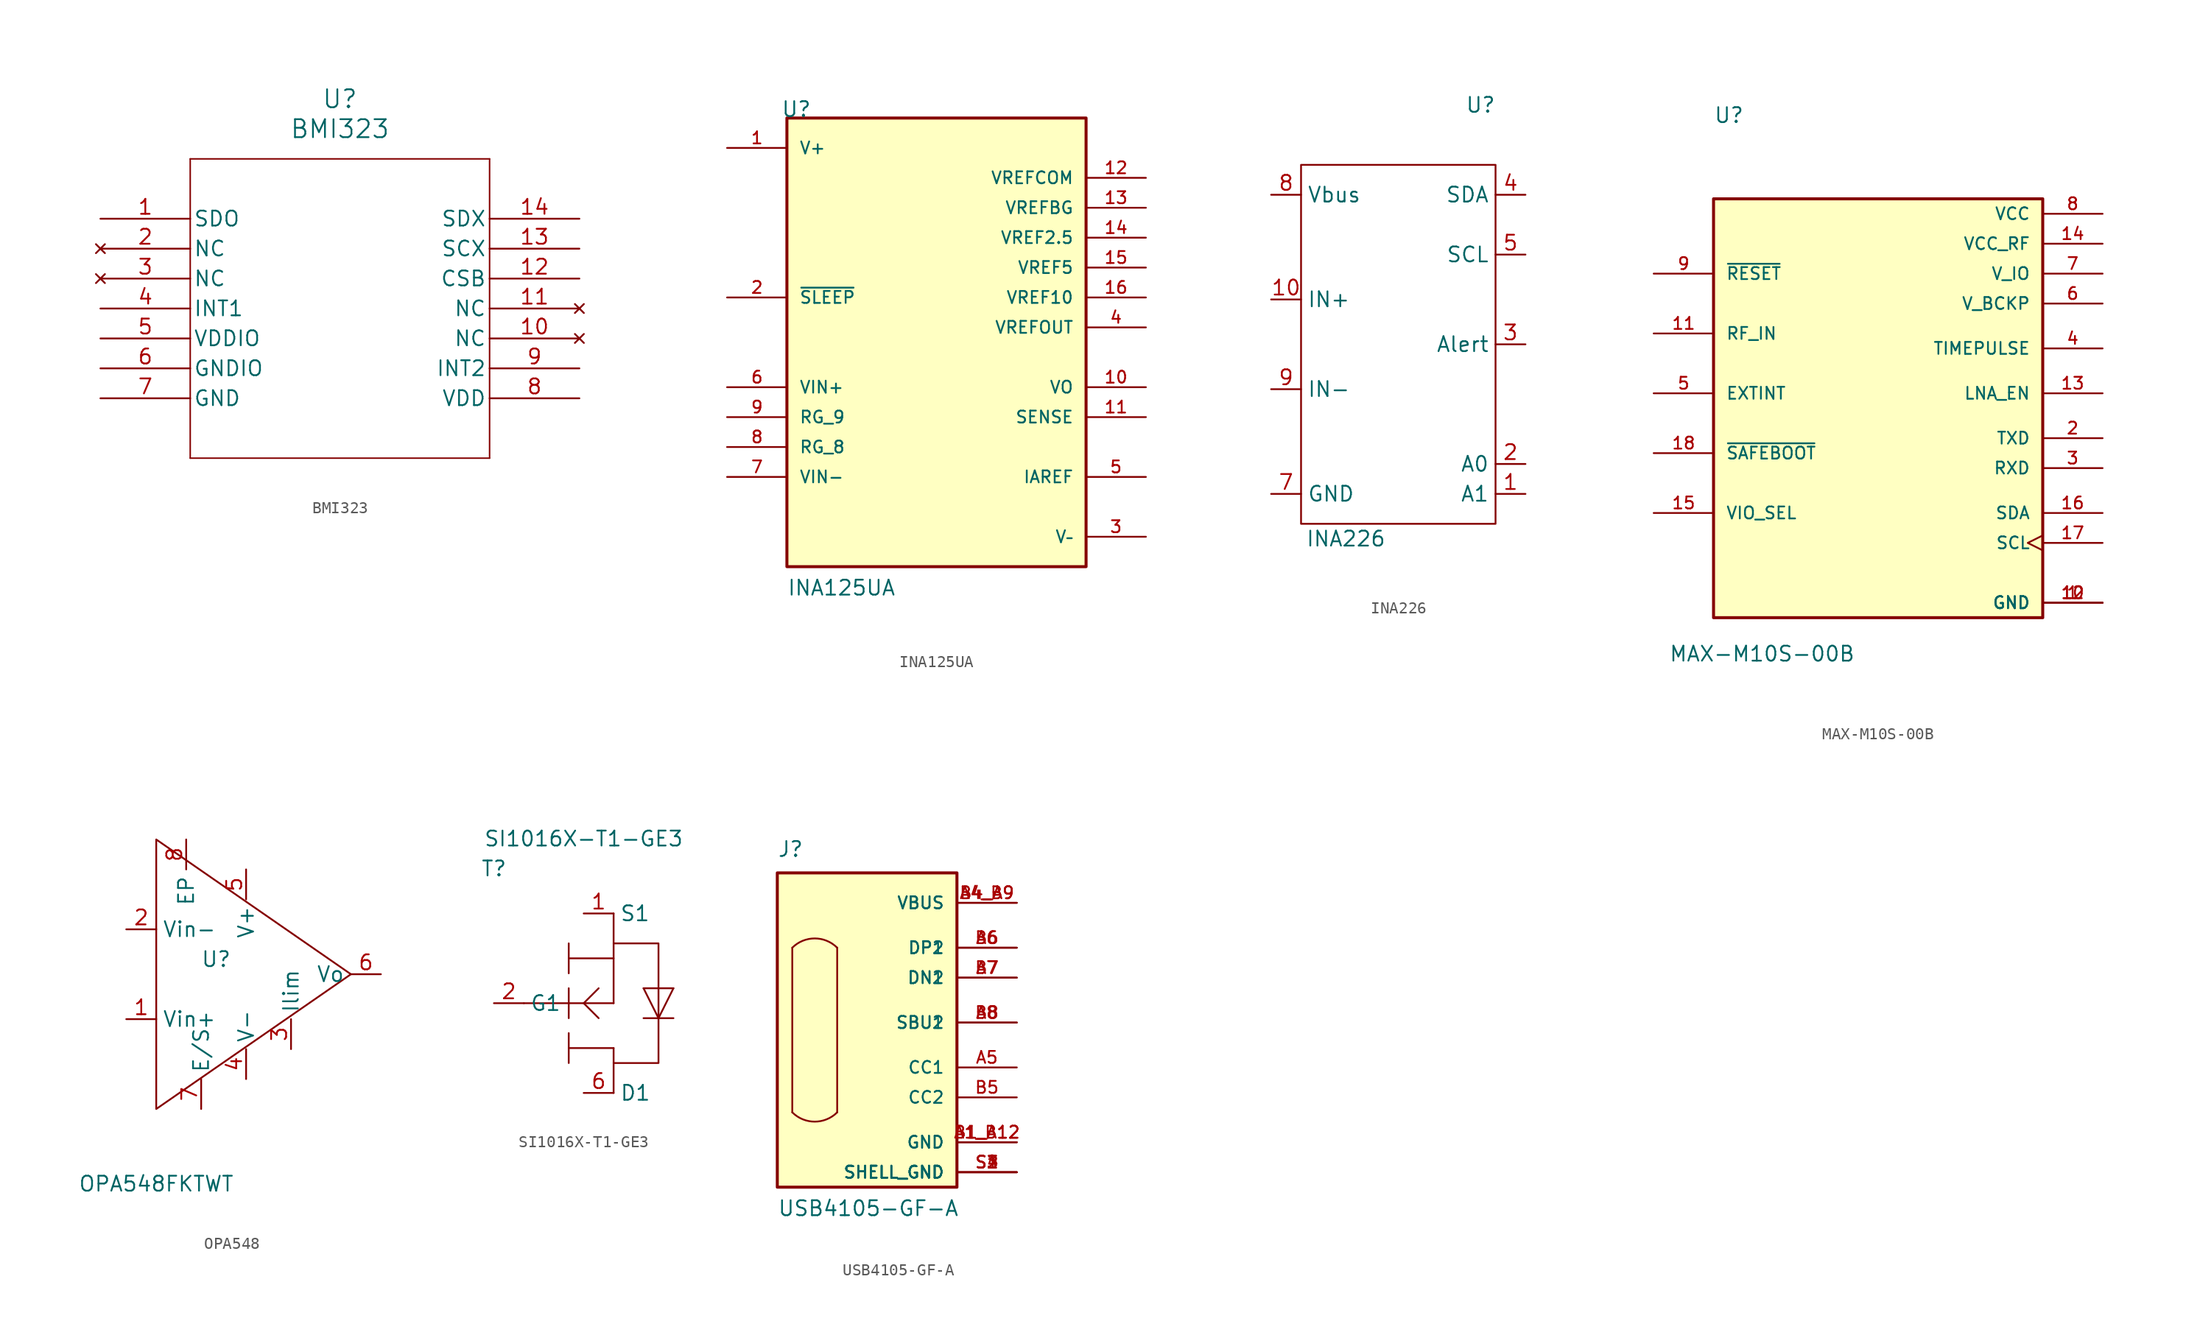
<source format=kicad_sym>
(kicad_symbol_lib
  (version 20220914)
  (generator kicad_symbol_editor)
  (symbol "BMI323"
    (pin_names
      (offset 0.254))
    (property "Reference" "U"
      (at 20.32 10.16 0)
      (effects (font (size 1.524 1.524))))
    (property "Value" "BMI323"
      (at 20.32 7.62 0)
      (effects (font (size 1.524 1.524))))
    (symbol "BMI323_0_1"
      (polyline (pts (xy 7.62 -20.32) (xy 33.02 -20.32)) (stroke (width 0.127) (type default)) (fill (type none)))
      (polyline (pts (xy 7.62 5.08) (xy 7.62 -20.32)) (stroke (width 0.127) (type default)) (fill (type none)))
      (polyline (pts (xy 33.02 -20.32) (xy 33.02 5.08)) (stroke (width 0.127) (type default)) (fill (type none)))
      (polyline (pts (xy 33.02 5.08) (xy 7.62 5.08)) (stroke (width 0.127) (type default)) (fill (type none)))
      (pin bidirectional line (at 0 0 0) (length 7.62) (name "SDO" (effects (font (size 1.27 1.27)))) (number "1" (effects (font (size 1.27 1.27)))))
      (pin no_connect line (at 40.64 -10.16 180) (length 7.62) (name "NC" (effects (font (size 1.27 1.27)))) (number "10" (effects (font (size 1.27 1.27)))))
      (pin no_connect line (at 40.64 -7.62 180) (length 7.62) (name "NC" (effects (font (size 1.27 1.27)))) (number "11" (effects (font (size 1.27 1.27)))))
      (pin input line (at 40.64 -5.08 180) (length 7.62) (name "CSB" (effects (font (size 1.27 1.27)))) (number "12" (effects (font (size 1.27 1.27)))))
      (pin input line (at 40.64 -2.54 180) (length 7.62) (name "SCX" (effects (font (size 1.27 1.27)))) (number "13" (effects (font (size 1.27 1.27)))))
      (pin bidirectional line (at 40.64 0 180) (length 7.62) (name "SDX" (effects (font (size 1.27 1.27)))) (number "14" (effects (font (size 1.27 1.27)))))
      (pin no_connect line (at 0 -2.54 0) (length 7.62) (name "NC" (effects (font (size 1.27 1.27)))) (number "2" (effects (font (size 1.27 1.27)))))
      (pin no_connect line (at 0 -5.08 0) (length 7.62) (name "NC" (effects (font (size 1.27 1.27)))) (number "3" (effects (font (size 1.27 1.27)))))
      (pin bidirectional line (at 0 -7.62 0) (length 7.62) (name "INT1" (effects (font (size 1.27 1.27)))) (number "4" (effects (font (size 1.27 1.27)))))
      (pin power_in line (at 0 -10.16 0) (length 7.62) (name "VDDIO" (effects (font (size 1.27 1.27)))) (number "5" (effects (font (size 1.27 1.27)))))
      (pin power_out line (at 0 -12.7 0) (length 7.62) (name "GNDIO" (effects (font (size 1.27 1.27)))) (number "6" (effects (font (size 1.27 1.27)))))
      (pin power_out line (at 0 -15.24 0) (length 7.62) (name "GND" (effects (font (size 1.27 1.27)))) (number "7" (effects (font (size 1.27 1.27)))))
      (pin power_in line (at 40.64 -15.24 180) (length 7.62) (name "VDD" (effects (font (size 1.27 1.27)))) (number "8" (effects (font (size 1.27 1.27)))))
      (pin bidirectional line (at 40.64 -12.7 180) (length 7.62) (name "INT2" (effects (font (size 1.27 1.27)))) (number "9" (effects (font (size 1.27 1.27)))))))
  (symbol "INA125UA"
    (pin_names
      (offset 1.016))
    (property "Reference" "U"
      (at -13.208 20.32 0)
      (effects (font (size 1.27 1.27)) (justify left bottom)))
    (property "Value" "INA125UA"
      (at -12.7 -20.32 0)
      (effects (font (size 1.27 1.27)) (justify left bottom)))
    (symbol "INA125UA_0_0"
      (rectangle (start -12.7 -17.78) (end 12.7 20.32) (stroke (width 0.254) (type default)) (fill (type background)))
      (pin power_in line (at -17.78 17.78 0) (length 5.08) (name "V+" (effects (font (size 1.016 1.016)))) (number "1" (effects (font (size 1.016 1.016)))))
      (pin output line (at 17.78 -2.54 180) (length 5.08) (name "VO" (effects (font (size 1.016 1.016)))) (number "10" (effects (font (size 1.016 1.016)))))
      (pin input line (at 17.78 -5.08 180) (length 5.08) (name "SENSE" (effects (font (size 1.016 1.016)))) (number "11" (effects (font (size 1.016 1.016)))))
      (pin passive line (at 17.78 15.24 180) (length 5.08) (name "VREFCOM" (effects (font (size 1.016 1.016)))) (number "12" (effects (font (size 1.016 1.016)))))
      (pin passive line (at 17.78 12.7 180) (length 5.08) (name "VREFBG" (effects (font (size 1.016 1.016)))) (number "13" (effects (font (size 1.016 1.016)))))
      (pin passive line (at 17.78 10.16 180) (length 5.08) (name "VREF2.5" (effects (font (size 1.016 1.016)))) (number "14" (effects (font (size 1.016 1.016)))))
      (pin passive line (at 17.78 7.62 180) (length 5.08) (name "VREF5" (effects (font (size 1.016 1.016)))) (number "15" (effects (font (size 1.016 1.016)))))
      (pin passive line (at 17.78 5.08 180) (length 5.08) (name "VREF10" (effects (font (size 1.016 1.016)))) (number "16" (effects (font (size 1.016 1.016)))))
      (pin input line (at -17.78 5.08 0) (length 5.08) (name "~{SLEEP}" (effects (font (size 1.016 1.016)))) (number "2" (effects (font (size 1.016 1.016)))))
      (pin power_in line (at 17.78 -15.24 180) (length 5.08) (name "V–" (effects (font (size 1.016 1.016)))) (number "3" (effects (font (size 1.016 1.016)))))
      (pin output line (at 17.78 2.54 180) (length 5.08) (name "VREFOUT" (effects (font (size 1.016 1.016)))) (number "4" (effects (font (size 1.016 1.016)))))
      (pin passive line (at 17.78 -10.16 180) (length 5.08) (name "IAREF" (effects (font (size 1.016 1.016)))) (number "5" (effects (font (size 1.016 1.016)))))
      (pin input line (at -17.78 -2.54 0) (length 5.08) (name "VIN+" (effects (font (size 1.016 1.016)))) (number "6" (effects (font (size 1.016 1.016)))))
      (pin input line (at -17.78 -10.16 0) (length 5.08) (name "VIN-" (effects (font (size 1.016 1.016)))) (number "7" (effects (font (size 1.016 1.016)))))
      (pin input line (at -17.78 -7.62 0) (length 5.08) (name "RG_8" (effects (font (size 1.016 1.016)))) (number "8" (effects (font (size 1.016 1.016)))))
      (pin input line (at -17.78 -5.08 0) (length 5.08) (name "RG_9" (effects (font (size 1.016 1.016)))) (number "9" (effects (font (size 1.016 1.016)))))))
  (symbol "INA226"
    (property "Reference" "U"
      (at 15.24 10.16 0)
      (effects (font (size 1.27 1.27))))
    (property "Value" "INA226"
      (at 3.81 -26.67 0)
      (effects (font (size 1.27 1.27))))
    (symbol "INA226_0_1"
      (polyline (pts (xy 0 -25.4) (xy 0 5.08) (xy 16.51 5.08) (xy 16.51 -25.4) (xy 0 -25.4)) (stroke (width 0) (type default)) (fill (type none))))
    (symbol "INA226_1_1"
      (pin input line (at 19.05 -22.86 180) (length 2.54) (name "A1" (effects (font (size 1.27 1.27)))) (number "1" (effects (font (size 1.27 1.27)))))
      (pin input line (at -2.54 -6.35 0) (length 2.54) (name "IN+" (effects (font (size 1.27 1.27)))) (number "10" (effects (font (size 1.27 1.27)))))
      (pin input line (at 19.05 -20.32 180) (length 2.54) (name "A0" (effects (font (size 1.27 1.27)))) (number "2" (effects (font (size 1.27 1.27)))))
      (pin input line (at 19.05 -10.16 180) (length 2.54) (name "Alert" (effects (font (size 1.27 1.27)))) (number "3" (effects (font (size 1.27 1.27)))))
      (pin input line (at 19.05 2.54 180) (length 2.54) (name "SDA" (effects (font (size 1.27 1.27)))) (number "4" (effects (font (size 1.27 1.27)))))
      (pin input line (at 19.05 -2.54 180) (length 2.54) (name "SCL" (effects (font (size 1.27 1.27)))) (number "5" (effects (font (size 1.27 1.27)))))
      (pin input line (at -2.54 -22.86 0) (length 2.54) (name "GND" (effects (font (size 1.27 1.27)))) (number "7" (effects (font (size 1.27 1.27)))))
      (pin input line (at -2.54 2.54 0) (length 2.54) (name "Vbus" (effects (font (size 1.27 1.27)))) (number "8" (effects (font (size 1.27 1.27)))))
      (pin input line (at -2.54 -13.97 0) (length 2.54) (name "IN-" (effects (font (size 1.27 1.27)))) (number "9" (effects (font (size 1.27 1.27)))))))
  (symbol "MAX-M10S-00B"
    (pin_names
      (offset 1.016))
    (property "Reference" "U"
      (at -13.97 20.32 0)
      (effects (font (size 1.27 1.27)) (justify left bottom)))
    (property "Value" "MAX-M10S-00B"
      (at -17.78 -25.4 0)
      (effects (font (size 1.27 1.27)) (justify left bottom)))
    (symbol "MAX-M10S-00B_0_0"
      (rectangle (start -13.97 13.97) (end 13.97 -21.59) (stroke (width 0.254) (type default)) (fill (type background)))
      (pin power_in line (at 19.05 -20.32 180) (length 5.08) (name "GND" (effects (font (size 1.016 1.016)))) (number "1" (effects (font (size 1.016 1.016)))))
      (pin power_in line (at 19.05 -20.32 180) (length 5.08) (name "GND" (effects (font (size 1.016 1.016)))) (number "10" (effects (font (size 1.016 1.016)))))
      (pin input line (at -19.05 2.54 0) (length 5.08) (name "RF_IN" (effects (font (size 1.016 1.016)))) (number "11" (effects (font (size 1.016 1.016)))))
      (pin power_in line (at 19.05 -20.32 180) (length 5.08) (name "GND" (effects (font (size 1.016 1.016)))) (number "12" (effects (font (size 1.016 1.016)))))
      (pin output line (at 19.05 -2.54 180) (length 5.08) (name "LNA_EN" (effects (font (size 1.016 1.016)))) (number "13" (effects (font (size 1.016 1.016)))))
      (pin power_in line (at 19.05 10.16 180) (length 5.08) (name "VCC_RF" (effects (font (size 1.016 1.016)))) (number "14" (effects (font (size 1.016 1.016)))))
      (pin input line (at -19.05 -12.7 0) (length 5.08) (name "VIO_SEL" (effects (font (size 1.016 1.016)))) (number "15" (effects (font (size 1.016 1.016)))))
      (pin bidirectional line (at 19.05 -12.7 180) (length 5.08) (name "SDA" (effects (font (size 1.016 1.016)))) (number "16" (effects (font (size 1.016 1.016)))))
      (pin input clock (at 19.05 -15.24 180) (length 5.08) (name "SCL" (effects (font (size 1.016 1.016)))) (number "17" (effects (font (size 1.016 1.016)))))
      (pin input line (at -19.05 -7.62 0) (length 5.08) (name "~{SAFEBOOT}" (effects (font (size 1.016 1.016)))) (number "18" (effects (font (size 1.016 1.016)))))
      (pin output line (at 19.05 -6.35 180) (length 5.08) (name "TXD" (effects (font (size 1.016 1.016)))) (number "2" (effects (font (size 1.016 1.016)))))
      (pin input line (at 19.05 -8.89 180) (length 5.08) (name "RXD" (effects (font (size 1.016 1.016)))) (number "3" (effects (font (size 1.016 1.016)))))
      (pin output line (at 19.05 1.27 180) (length 5.08) (name "TIMEPULSE" (effects (font (size 1.016 1.016)))) (number "4" (effects (font (size 1.016 1.016)))))
      (pin input line (at -19.05 -2.54 0) (length 5.08) (name "EXTINT" (effects (font (size 1.016 1.016)))) (number "5" (effects (font (size 1.016 1.016)))))
      (pin power_in line (at 19.05 5.08 180) (length 5.08) (name "V_BCKP" (effects (font (size 1.016 1.016)))) (number "6" (effects (font (size 1.016 1.016)))))
      (pin power_in line (at 19.05 7.62 180) (length 5.08) (name "V_IO" (effects (font (size 1.016 1.016)))) (number "7" (effects (font (size 1.016 1.016)))))
      (pin power_in line (at 19.05 12.7 180) (length 5.08) (name "VCC" (effects (font (size 1.016 1.016)))) (number "8" (effects (font (size 1.016 1.016)))))
      (pin input line (at -19.05 7.62 0) (length 5.08) (name "~{RESET}" (effects (font (size 1.016 1.016)))) (number "9" (effects (font (size 1.016 1.016)))))))
  (symbol "OPA548"
    (property "Reference" "U"
      (at 5.08 1.27 0)
      (effects (font (size 1.27 1.27))))
    (property "Value" "OPA548FKTWT"
      (at 0 -17.78 0)
      (effects (font (size 1.27 1.27))))
    (symbol "OPA548_0_1"
      (polyline (pts (xy 0 11.43) (xy 0 -11.43) (xy 16.51 0) (xy 0 11.43)) (stroke (width 0) (type default)) (fill (type none))))
    (symbol "OPA548_1_1"
      (pin input line (at -2.54 -3.81 0) (length 2.54) (name "Vin+" (effects (font (size 1.27 1.27)))) (number "1" (effects (font (size 1.27 1.27)))))
      (pin input line (at -2.54 3.81 0) (length 2.54) (name "Vin-" (effects (font (size 1.27 1.27)))) (number "2" (effects (font (size 1.27 1.27)))))
      (pin input line (at 11.43 -6.35 90) (length 2.54) (name "Ilim" (effects (font (size 1.27 1.27)))) (number "3" (effects (font (size 1.27 1.27)))))
      (pin input line (at 7.62 -8.89 90) (length 2.54) (name "V-" (effects (font (size 1.27 1.27)))) (number "4" (effects (font (size 1.27 1.27)))))
      (pin input line (at 7.62 8.89 270) (length 2.54) (name "V+" (effects (font (size 1.27 1.27)))) (number "5" (effects (font (size 1.27 1.27)))))
      (pin input line (at 19.05 0 180) (length 2.54) (name "Vo" (effects (font (size 1.27 1.27)))) (number "6" (effects (font (size 1.27 1.27)))))
      (pin input line (at 3.81 -11.43 90) (length 2.54) (name "E/S" (effects (font (size 1.27 1.27)))) (number "7" (effects (font (size 1.27 1.27)))))
      (pin unspecified line (at 2.54 11.43 270) (length 2.54) (name "EP" (effects (font (size 1.27 1.27)))) (number "8" (effects (font (size 1.27 1.27)))))))
  (symbol "SI1016X-T1-GE3"
    (property "Reference" "T"
      (at -5.08 1.27 0)
      (effects (font (size 1.27 1.27))))
    (property "Value" "SI1016X-T1-GE3"
      (at 2.54 3.81 0)
      (effects (font (size 1.27 1.27))))
    (symbol "SI1016X-T1-GE3_0_1"
      (polyline (pts (xy 1.27 -13.97) (xy 5.08 -13.97)) (stroke (width 0) (type default)) (fill (type none)))
      (polyline (pts (xy 1.27 -12.7) (xy 1.27 -15.24)) (stroke (width 0) (type default)) (fill (type none)))
      (polyline (pts (xy 1.27 -10.16) (xy -2.54 -10.16)) (stroke (width 0) (type default)) (fill (type none)))
      (polyline (pts (xy 1.27 -8.89) (xy 1.27 -11.43)) (stroke (width 0) (type default)) (fill (type none)))
      (polyline (pts (xy 1.27 -7.62) (xy 1.27 -5.08)) (stroke (width 0) (type default)) (fill (type none)))
      (polyline (pts (xy 1.27 -6.35) (xy 5.08 -6.35)) (stroke (width 0) (type default)) (fill (type none)))
      (polyline (pts (xy 2.54 -10.16) (xy 3.81 -11.43)) (stroke (width 0) (type default)) (fill (type none)))
      (polyline (pts (xy 2.54 -10.16) (xy 3.81 -8.89)) (stroke (width 0) (type default)) (fill (type none)))
      (polyline (pts (xy 5.08 -13.97) (xy 5.08 -17.78)) (stroke (width 0) (type default)) (fill (type none)))
      (polyline (pts (xy 5.08 -10.16) (xy 1.27 -10.16)) (stroke (width 0) (type default)) (fill (type none)))
      (polyline (pts (xy 5.08 -10.16) (xy 5.08 -2.54)) (stroke (width 0) (type default)) (fill (type none)))
      (polyline (pts (xy 7.62 -11.43) (xy 10.16 -11.43)) (stroke (width 0) (type default)) (fill (type none)))
      (polyline (pts (xy 7.62 -8.89) (xy 10.16 -8.89)) (stroke (width 0) (type default)) (fill (type none)))
      (polyline (pts (xy 7.62 -8.89) (xy 8.89 -11.43) (xy 10.16 -8.89)) (stroke (width 0) (type default)) (fill (type none)))
      (polyline (pts (xy 5.08 -5.08) (xy 8.89 -5.08) (xy 8.89 -15.24) (xy 5.08 -15.24)) (stroke (width 0) (type default)) (fill (type none))))
    (symbol "SI1016X-T1-GE3_1_1"
      (pin input line (at 2.54 -2.54 0) (length 2.54) (name "S1" (effects (font (size 1.27 1.27)))) (number "1" (effects (font (size 1.27 1.27)))))
      (pin input line (at -5.08 -10.16 0) (length 2.54) (name "G1" (effects (font (size 1.27 1.27)))) (number "2" (effects (font (size 1.27 1.27)))))
      (pin input line (at 2.54 -17.78 0) (length 2.54) (name "D1" (effects (font (size 1.27 1.27)))) (number "6" (effects (font (size 1.27 1.27)))))))
  (symbol "USB4105-GF-A"
    (pin_names
      (offset 1.016))
    (property "Reference" "J"
      (at 0 5.08 0)
      (effects (font (size 1.27 1.27)) (justify left bottom)))
    (property "Value" "USB4105-GF-A"
      (at 0 -25.4 0)
      (effects (font (size 1.27 1.27)) (justify left bottom)))
    (symbol "USB4105-GF-A_0_0"
      (rectangle (start 0 3.81) (end 15.24 -22.86) (stroke (width 0.254) (type default)) (fill (type background)))
      (pin power_in line (at 20.32 -19.05 180) (length 5.08) (name "GND" (effects (font (size 1.016 1.016)))) (number "A1_B12" (effects (font (size 1.016 1.016)))))
      (pin power_in line (at 20.32 1.27 180) (length 5.08) (name "VBUS" (effects (font (size 1.016 1.016)))) (number "A4_B9" (effects (font (size 1.016 1.016)))))
      (pin power_in line (at 20.32 -19.05 180) (length 5.08) (name "GND" (effects (font (size 1.016 1.016)))) (number "B1_A12" (effects (font (size 1.016 1.016)))))
      (pin power_in line (at 20.32 1.27 180) (length 5.08) (name "VBUS" (effects (font (size 1.016 1.016)))) (number "B4_A9" (effects (font (size 1.016 1.016)))))
      (pin bidirectional line (at 20.32 -15.24 180) (length 5.08) (name "CC2" (effects (font (size 1.016 1.016)))) (number "B5" (effects (font (size 1.016 1.016)))))
      (pin bidirectional line (at 20.32 -2.54 180) (length 5.08) (name "DP2" (effects (font (size 1.016 1.016)))) (number "B6" (effects (font (size 1.016 1.016)))))
      (pin bidirectional line (at 20.32 -5.08 180) (length 5.08) (name "DN2" (effects (font (size 1.016 1.016)))) (number "B7" (effects (font (size 1.016 1.016)))))
      (pin bidirectional line (at 20.32 -8.89 180) (length 5.08) (name "SBU2" (effects (font (size 1.016 1.016)))) (number "B8" (effects (font (size 1.016 1.016)))))
      (pin power_in line (at 20.32 -21.59 180) (length 5.08) (name "SHELL_GND" (effects (font (size 1.016 1.016)))) (number "S1" (effects (font (size 1.016 1.016)))))
      (pin power_in line (at 20.32 -21.59 180) (length 5.08) (name "SHELL_GND" (effects (font (size 1.016 1.016)))) (number "S2" (effects (font (size 1.016 1.016)))))
      (pin power_in line (at 20.32 -21.59 180) (length 5.08) (name "SHELL_GND" (effects (font (size 1.016 1.016)))) (number "S3" (effects (font (size 1.016 1.016)))))
      (pin power_in line (at 20.32 -21.59 180) (length 5.08) (name "SHELL_GND" (effects (font (size 1.016 1.016)))) (number "S4" (effects (font (size 1.016 1.016))))))
    (symbol "USB4105-GF-A_0_1"
      (polyline (pts (xy 1.27 -16.51) (xy 1.27 -2.54)) (stroke (width 0) (type default)) (fill (type none)))
      (polyline (pts (xy 5.08 -16.51) (xy 5.08 -2.54)) (stroke (width 0) (type default)) (fill (type none)))
      (arc (start 1.27 -16.51) (mid 3.175 -17.2987) (end 5.08 -16.51) (stroke (width 0) (type default)) (fill (type none)))
      (arc (start 5.08 -2.54) (mid 3.175 -1.7523) (end 1.27 -2.54) (stroke (width 0) (type default)) (fill (type none))))
    (symbol "USB4105-GF-A_1_0"
      (pin bidirectional line (at 20.32 -12.7 180) (length 5.08) (name "CC1" (effects (font (size 1.016 1.016)))) (number "A5" (effects (font (size 1.016 1.016)))))
      (pin bidirectional line (at 20.32 -2.54 180) (length 5.08) (name "DP1" (effects (font (size 1.016 1.016)))) (number "A6" (effects (font (size 1.016 1.016)))))
      (pin bidirectional line (at 20.32 -5.08 180) (length 5.08) (name "DN1" (effects (font (size 1.016 1.016)))) (number "A7" (effects (font (size 1.016 1.016)))))
      (pin bidirectional line (at 20.32 -8.89 180) (length 5.08) (name "SBU1" (effects (font (size 1.016 1.016)))) (number "A8" (effects (font (size 1.016 1.016))))))))
</source>
